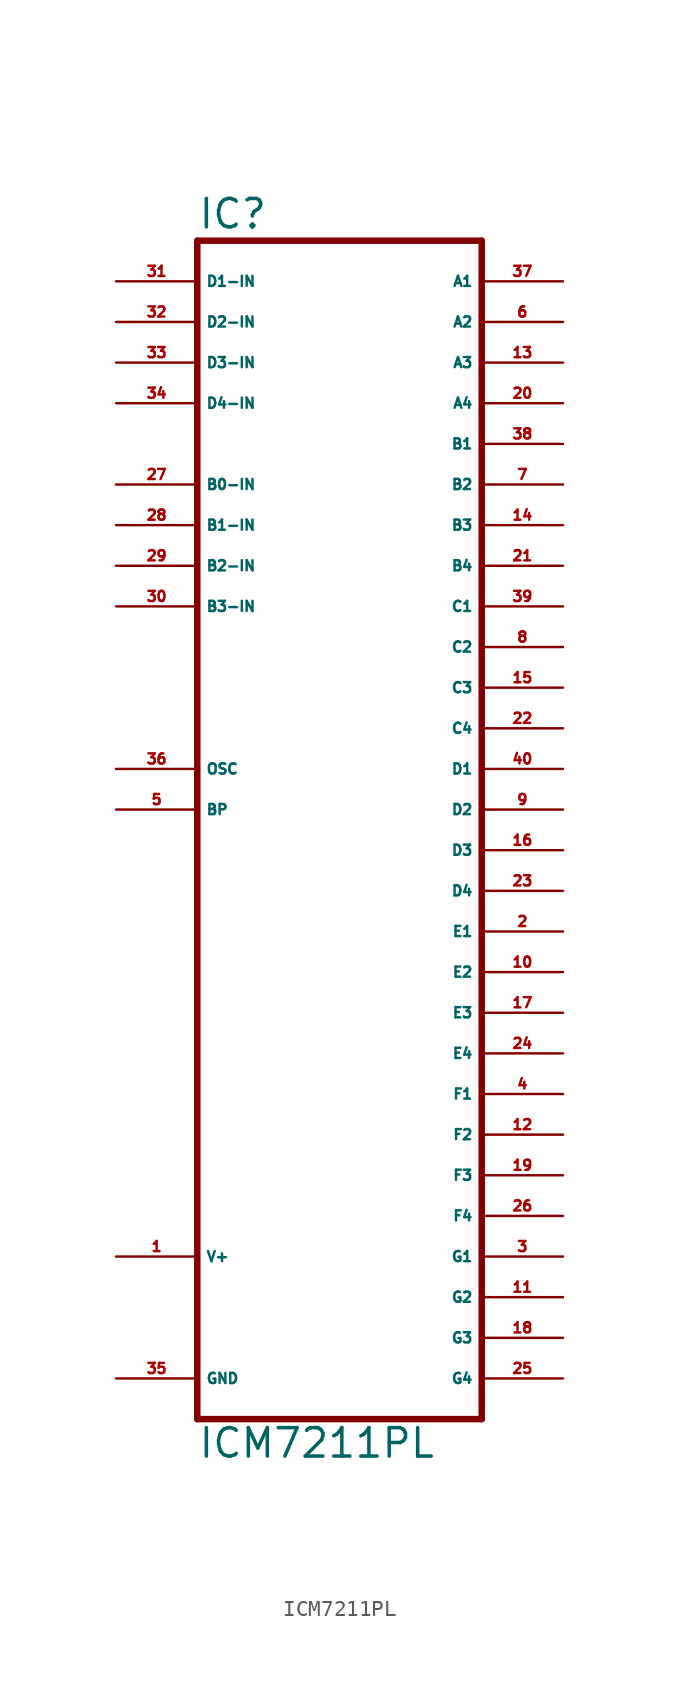
<source format=kicad_sym>
(kicad_symbol_lib
  (version 20220914)
  (generator Eagle2Kicad)
  (symbol "ICM7211PL"
    (property "Reference" "IC"
      (at -10.16 36.195 0)
      (effects (font (size 1.778 1.778) (thickness 0.22)) (justify left bottom)))
    (property "Value" "ICM7211PL"
      (at -10.16 -40.64 0)
      (effects (font (size 1.778 1.778) (thickness 0.22)) (justify left bottom)))
    (polyline
      (pts (xy -10.16 -38.1) (xy 7.62 -38.1))
      (stroke (width 0.406) (type default))
      (fill (type none)))
    (polyline
      (pts (xy 7.62 35.56) (xy 7.62 -38.1))
      (stroke (width 0.406) (type default))
      (fill (type none)))
    (polyline
      (pts (xy 7.62 35.56) (xy -10.16 35.56))
      (stroke (width 0.406) (type default))
      (fill (type none)))
    (polyline
      (pts (xy -10.16 -38.1) (xy -10.16 35.56))
      (stroke (width 0.406) (type default))
      (fill (type none)))
    (pin input line
      (at -15.24 33.02 0)
      (length 5.08)
      (name "D1-IN" (effects (font (size 0.635 0.635) (thickness 0.08)) (justify left bottom)))
      (number "31" (effects (font (size 0.635 0.635) (thickness 0.08)) (justify left bottom))))
    (pin input line
      (at -15.24 30.48 0)
      (length 5.08)
      (name "D2-IN" (effects (font (size 0.635 0.635) (thickness 0.08)) (justify left bottom)))
      (number "32" (effects (font (size 0.635 0.635) (thickness 0.08)) (justify left bottom))))
    (pin input line
      (at -15.24 27.94 0)
      (length 5.08)
      (name "D3-IN" (effects (font (size 0.635 0.635) (thickness 0.08)) (justify left bottom)))
      (number "33" (effects (font (size 0.635 0.635) (thickness 0.08)) (justify left bottom))))
    (pin output line
      (at 12.7 -27.94 180)
      (length 5.08)
      (name "G1" (effects (font (size 0.635 0.635) (thickness 0.08)) (justify left bottom)))
      (number "3" (effects (font (size 0.635 0.635) (thickness 0.08)) (justify left bottom))))
    (pin output line
      (at 12.7 -25.4 180)
      (length 5.08)
      (name "F4" (effects (font (size 0.635 0.635) (thickness 0.08)) (justify left bottom)))
      (number "26" (effects (font (size 0.635 0.635) (thickness 0.08)) (justify left bottom))))
    (pin output line
      (at 12.7 -22.86 180)
      (length 5.08)
      (name "F3" (effects (font (size 0.635 0.635) (thickness 0.08)) (justify left bottom)))
      (number "19" (effects (font (size 0.635 0.635) (thickness 0.08)) (justify left bottom))))
    (pin output line
      (at 12.7 -20.32 180)
      (length 5.08)
      (name "F2" (effects (font (size 0.635 0.635) (thickness 0.08)) (justify left bottom)))
      (number "12" (effects (font (size 0.635 0.635) (thickness 0.08)) (justify left bottom))))
    (pin output line
      (at 12.7 -17.78 180)
      (length 5.08)
      (name "F1" (effects (font (size 0.635 0.635) (thickness 0.08)) (justify left bottom)))
      (number "4" (effects (font (size 0.635 0.635) (thickness 0.08)) (justify left bottom))))
    (pin input line
      (at -15.24 25.4 0)
      (length 5.08)
      (name "D4-IN" (effects (font (size 0.635 0.635) (thickness 0.08)) (justify left bottom)))
      (number "34" (effects (font (size 0.635 0.635) (thickness 0.08)) (justify left bottom))))
    (pin output line
      (at 12.7 -12.7 180)
      (length 5.08)
      (name "E3" (effects (font (size 0.635 0.635) (thickness 0.08)) (justify left bottom)))
      (number "17" (effects (font (size 0.635 0.635) (thickness 0.08)) (justify left bottom))))
    (pin output line
      (at 12.7 -15.24 180)
      (length 5.08)
      (name "E4" (effects (font (size 0.635 0.635) (thickness 0.08)) (justify left bottom)))
      (number "24" (effects (font (size 0.635 0.635) (thickness 0.08)) (justify left bottom))))
    (pin output line
      (at 12.7 -35.56 180)
      (length 5.08)
      (name "G4" (effects (font (size 0.635 0.635) (thickness 0.08)) (justify left bottom)))
      (number "25" (effects (font (size 0.635 0.635) (thickness 0.08)) (justify left bottom))))
    (pin output line
      (at 12.7 -33.02 180)
      (length 5.08)
      (name "G3" (effects (font (size 0.635 0.635) (thickness 0.08)) (justify left bottom)))
      (number "18" (effects (font (size 0.635 0.635) (thickness 0.08)) (justify left bottom))))
    (pin output line
      (at 12.7 -30.48 180)
      (length 5.08)
      (name "G2" (effects (font (size 0.635 0.635) (thickness 0.08)) (justify left bottom)))
      (number "11" (effects (font (size 0.635 0.635) (thickness 0.08)) (justify left bottom))))
    (pin unspecified line
      (at -15.24 -35.56 0)
      (length 5.08)
      (name "GND" (effects (font (size 0.635 0.635) (thickness 0.08)) (justify left bottom)))
      (number "35" (effects (font (size 0.635 0.635) (thickness 0.08)) (justify left bottom))))
    (pin unspecified line
      (at -15.24 -27.94 0)
      (length 5.08)
      (name "V+" (effects (font (size 0.635 0.635) (thickness 0.08)) (justify left bottom)))
      (number "1" (effects (font (size 0.635 0.635) (thickness 0.08)) (justify left bottom))))
    (pin input line
      (at -15.24 20.32 0)
      (length 5.08)
      (name "B0-IN" (effects (font (size 0.635 0.635) (thickness 0.08)) (justify left bottom)))
      (number "27" (effects (font (size 0.635 0.635) (thickness 0.08)) (justify left bottom))))
    (pin input line
      (at -15.24 17.78 0)
      (length 5.08)
      (name "B1-IN" (effects (font (size 0.635 0.635) (thickness 0.08)) (justify left bottom)))
      (number "28" (effects (font (size 0.635 0.635) (thickness 0.08)) (justify left bottom))))
    (pin input line
      (at -15.24 15.24 0)
      (length 5.08)
      (name "B2-IN" (effects (font (size 0.635 0.635) (thickness 0.08)) (justify left bottom)))
      (number "29" (effects (font (size 0.635 0.635) (thickness 0.08)) (justify left bottom))))
    (pin input line
      (at -15.24 12.7 0)
      (length 5.08)
      (name "B3-IN" (effects (font (size 0.635 0.635) (thickness 0.08)) (justify left bottom)))
      (number "30" (effects (font (size 0.635 0.635) (thickness 0.08)) (justify left bottom))))
    (pin input line
      (at -15.24 2.54 0)
      (length 5.08)
      (name "OSC" (effects (font (size 0.635 0.635) (thickness 0.08)) (justify left bottom)))
      (number "36" (effects (font (size 0.635 0.635) (thickness 0.08)) (justify left bottom))))
    (pin bidirectional line
      (at -15.24 0 0)
      (length 5.08)
      (name "BP" (effects (font (size 0.635 0.635) (thickness 0.08)) (justify left bottom)))
      (number "5" (effects (font (size 0.635 0.635) (thickness 0.08)) (justify left bottom))))
    (pin output line
      (at 12.7 33.02 180)
      (length 5.08)
      (name "A1" (effects (font (size 0.635 0.635) (thickness 0.08)) (justify left bottom)))
      (number "37" (effects (font (size 0.635 0.635) (thickness 0.08)) (justify left bottom))))
    (pin output line
      (at 12.7 30.48 180)
      (length 5.08)
      (name "A2" (effects (font (size 0.635 0.635) (thickness 0.08)) (justify left bottom)))
      (number "6" (effects (font (size 0.635 0.635) (thickness 0.08)) (justify left bottom))))
    (pin output line
      (at 12.7 27.94 180)
      (length 5.08)
      (name "A3" (effects (font (size 0.635 0.635) (thickness 0.08)) (justify left bottom)))
      (number "13" (effects (font (size 0.635 0.635) (thickness 0.08)) (justify left bottom))))
    (pin output line
      (at 12.7 25.4 180)
      (length 5.08)
      (name "A4" (effects (font (size 0.635 0.635) (thickness 0.08)) (justify left bottom)))
      (number "20" (effects (font (size 0.635 0.635) (thickness 0.08)) (justify left bottom))))
    (pin output line
      (at 12.7 22.86 180)
      (length 5.08)
      (name "B1" (effects (font (size 0.635 0.635) (thickness 0.08)) (justify left bottom)))
      (number "38" (effects (font (size 0.635 0.635) (thickness 0.08)) (justify left bottom))))
    (pin output line
      (at 12.7 20.32 180)
      (length 5.08)
      (name "B2" (effects (font (size 0.635 0.635) (thickness 0.08)) (justify left bottom)))
      (number "7" (effects (font (size 0.635 0.635) (thickness 0.08)) (justify left bottom))))
    (pin output line
      (at 12.7 -10.16 180)
      (length 5.08)
      (name "E2" (effects (font (size 0.635 0.635) (thickness 0.08)) (justify left bottom)))
      (number "10" (effects (font (size 0.635 0.635) (thickness 0.08)) (justify left bottom))))
    (pin output line
      (at 12.7 -7.62 180)
      (length 5.08)
      (name "E1" (effects (font (size 0.635 0.635) (thickness 0.08)) (justify left bottom)))
      (number "2" (effects (font (size 0.635 0.635) (thickness 0.08)) (justify left bottom))))
    (pin output line
      (at 12.7 -5.08 180)
      (length 5.08)
      (name "D4" (effects (font (size 0.635 0.635) (thickness 0.08)) (justify left bottom)))
      (number "23" (effects (font (size 0.635 0.635) (thickness 0.08)) (justify left bottom))))
    (pin output line
      (at 12.7 -2.54 180)
      (length 5.08)
      (name "D3" (effects (font (size 0.635 0.635) (thickness 0.08)) (justify left bottom)))
      (number "16" (effects (font (size 0.635 0.635) (thickness 0.08)) (justify left bottom))))
    (pin output line
      (at 12.7 0 180)
      (length 5.08)
      (name "D2" (effects (font (size 0.635 0.635) (thickness 0.08)) (justify left bottom)))
      (number "9" (effects (font (size 0.635 0.635) (thickness 0.08)) (justify left bottom))))
    (pin output line
      (at 12.7 2.54 180)
      (length 5.08)
      (name "D1" (effects (font (size 0.635 0.635) (thickness 0.08)) (justify left bottom)))
      (number "40" (effects (font (size 0.635 0.635) (thickness 0.08)) (justify left bottom))))
    (pin output line
      (at 12.7 5.08 180)
      (length 5.08)
      (name "C4" (effects (font (size 0.635 0.635) (thickness 0.08)) (justify left bottom)))
      (number "22" (effects (font (size 0.635 0.635) (thickness 0.08)) (justify left bottom))))
    (pin output line
      (at 12.7 7.62 180)
      (length 5.08)
      (name "C3" (effects (font (size 0.635 0.635) (thickness 0.08)) (justify left bottom)))
      (number "15" (effects (font (size 0.635 0.635) (thickness 0.08)) (justify left bottom))))
    (pin output line
      (at 12.7 10.16 180)
      (length 5.08)
      (name "C2" (effects (font (size 0.635 0.635) (thickness 0.08)) (justify left bottom)))
      (number "8" (effects (font (size 0.635 0.635) (thickness 0.08)) (justify left bottom))))
    (pin output line
      (at 12.7 12.7 180)
      (length 5.08)
      (name "C1" (effects (font (size 0.635 0.635) (thickness 0.08)) (justify left bottom)))
      (number "39" (effects (font (size 0.635 0.635) (thickness 0.08)) (justify left bottom))))
    (pin output line
      (at 12.7 15.24 180)
      (length 5.08)
      (name "B4" (effects (font (size 0.635 0.635) (thickness 0.08)) (justify left bottom)))
      (number "21" (effects (font (size 0.635 0.635) (thickness 0.08)) (justify left bottom))))
    (pin output line
      (at 12.7 17.78 180)
      (length 5.08)
      (name "B3" (effects (font (size 0.635 0.635) (thickness 0.08)) (justify left bottom)))
      (number "14" (effects (font (size 0.635 0.635) (thickness 0.08)) (justify left bottom))))))
</source>
